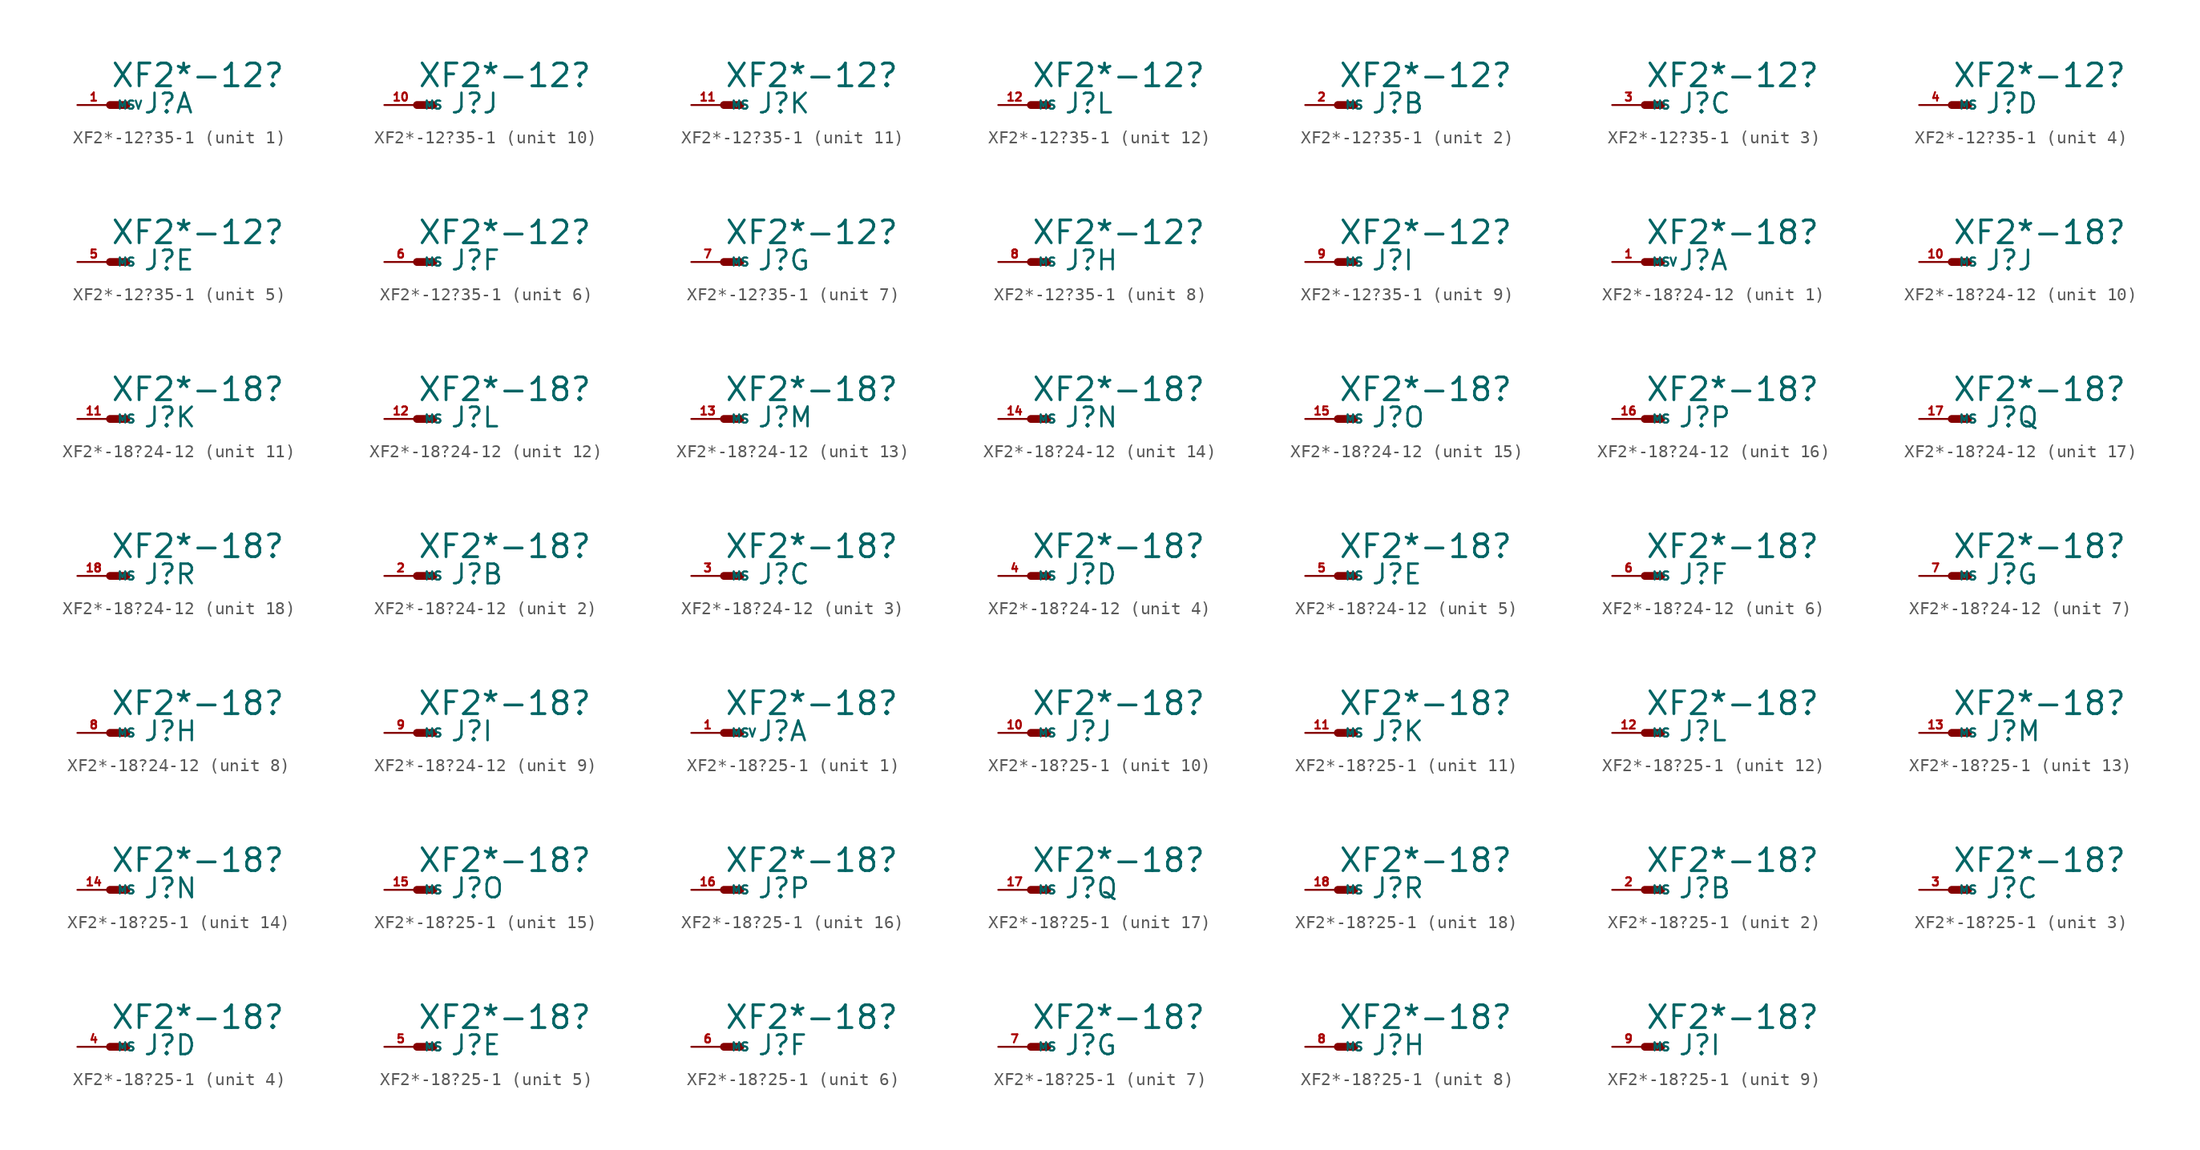
<source format=kicad_sym>
(kicad_symbol_lib
  (version 20220914)
  (generator Eagle2Kicad)
  (symbol "XF2*-12?35-1"
    (property "Reference" "J"
      (at 2.54 -0.762 0)
      (effects (font (size 1.524 1.524) (thickness 0.19)) (justify left bottom)))
    (property "Value" "XF2*-12?"
      (at 0 1.27 0)
      (effects (font (size 1.778 1.778) (thickness 0.22)) (justify left bottom)))
    (symbol "XF2*-12?35-1_1_0"
      (polyline (pts (xy 0 0) (xy 1.27 0)) (stroke (width 0.61) (type default)) (fill (type none)))
      (pin passive line (at -2.54 0 0) (length 2.54) (name "MSV" (effects (font (size 0.635 0.635) (thickness 0.08)) (justify left bottom))) (number "1" (effects (font (size 0.635 0.635) (thickness 0.08)) (justify left bottom)))))
    (symbol "XF2*-12?35-1_2_0"
      (polyline (pts (xy 0 0) (xy 1.27 0)) (stroke (width 0.61) (type default)) (fill (type none)))
      (pin passive line (at -2.54 0 0) (length 2.54) (name "MS" (effects (font (size 0.635 0.635) (thickness 0.08)) (justify left bottom))) (number "2" (effects (font (size 0.635 0.635) (thickness 0.08)) (justify left bottom)))))
    (symbol "XF2*-12?35-1_3_0"
      (polyline (pts (xy 0 0) (xy 1.27 0)) (stroke (width 0.61) (type default)) (fill (type none)))
      (pin passive line (at -2.54 0 0) (length 2.54) (name "MS" (effects (font (size 0.635 0.635) (thickness 0.08)) (justify left bottom))) (number "3" (effects (font (size 0.635 0.635) (thickness 0.08)) (justify left bottom)))))
    (symbol "XF2*-12?35-1_4_0"
      (polyline (pts (xy 0 0) (xy 1.27 0)) (stroke (width 0.61) (type default)) (fill (type none)))
      (pin passive line (at -2.54 0 0) (length 2.54) (name "MS" (effects (font (size 0.635 0.635) (thickness 0.08)) (justify left bottom))) (number "4" (effects (font (size 0.635 0.635) (thickness 0.08)) (justify left bottom)))))
    (symbol "XF2*-12?35-1_5_0"
      (polyline (pts (xy 0 0) (xy 1.27 0)) (stroke (width 0.61) (type default)) (fill (type none)))
      (pin passive line (at -2.54 0 0) (length 2.54) (name "MS" (effects (font (size 0.635 0.635) (thickness 0.08)) (justify left bottom))) (number "5" (effects (font (size 0.635 0.635) (thickness 0.08)) (justify left bottom)))))
    (symbol "XF2*-12?35-1_6_0"
      (polyline (pts (xy 0 0) (xy 1.27 0)) (stroke (width 0.61) (type default)) (fill (type none)))
      (pin passive line (at -2.54 0 0) (length 2.54) (name "MS" (effects (font (size 0.635 0.635) (thickness 0.08)) (justify left bottom))) (number "6" (effects (font (size 0.635 0.635) (thickness 0.08)) (justify left bottom)))))
    (symbol "XF2*-12?35-1_7_0"
      (polyline (pts (xy 0 0) (xy 1.27 0)) (stroke (width 0.61) (type default)) (fill (type none)))
      (pin passive line (at -2.54 0 0) (length 2.54) (name "MS" (effects (font (size 0.635 0.635) (thickness 0.08)) (justify left bottom))) (number "7" (effects (font (size 0.635 0.635) (thickness 0.08)) (justify left bottom)))))
    (symbol "XF2*-12?35-1_8_0"
      (polyline (pts (xy 0 0) (xy 1.27 0)) (stroke (width 0.61) (type default)) (fill (type none)))
      (pin passive line (at -2.54 0 0) (length 2.54) (name "MS" (effects (font (size 0.635 0.635) (thickness 0.08)) (justify left bottom))) (number "8" (effects (font (size 0.635 0.635) (thickness 0.08)) (justify left bottom)))))
    (symbol "XF2*-12?35-1_9_0"
      (polyline (pts (xy 0 0) (xy 1.27 0)) (stroke (width 0.61) (type default)) (fill (type none)))
      (pin passive line (at -2.54 0 0) (length 2.54) (name "MS" (effects (font (size 0.635 0.635) (thickness 0.08)) (justify left bottom))) (number "9" (effects (font (size 0.635 0.635) (thickness 0.08)) (justify left bottom)))))
    (symbol "XF2*-12?35-1_10_0"
      (polyline (pts (xy 0 0) (xy 1.27 0)) (stroke (width 0.61) (type default)) (fill (type none)))
      (pin passive line (at -2.54 0 0) (length 2.54) (name "MS" (effects (font (size 0.635 0.635) (thickness 0.08)) (justify left bottom))) (number "10" (effects (font (size 0.635 0.635) (thickness 0.08)) (justify left bottom)))))
    (symbol "XF2*-12?35-1_11_0"
      (polyline (pts (xy 0 0) (xy 1.27 0)) (stroke (width 0.61) (type default)) (fill (type none)))
      (pin passive line (at -2.54 0 0) (length 2.54) (name "MS" (effects (font (size 0.635 0.635) (thickness 0.08)) (justify left bottom))) (number "11" (effects (font (size 0.635 0.635) (thickness 0.08)) (justify left bottom)))))
    (symbol "XF2*-12?35-1_12_0"
      (polyline (pts (xy 0 0) (xy 1.27 0)) (stroke (width 0.61) (type default)) (fill (type none)))
      (pin passive line (at -2.54 0 0) (length 2.54) (name "MS" (effects (font (size 0.635 0.635) (thickness 0.08)) (justify left bottom))) (number "12" (effects (font (size 0.635 0.635) (thickness 0.08)) (justify left bottom))))))
  (symbol "XF2*-18?24-12"
    (property "Reference" "J"
      (at 2.54 -0.762 0)
      (effects (font (size 1.524 1.524) (thickness 0.19)) (justify left bottom)))
    (property "Value" "XF2*-18?"
      (at 0 1.27 0)
      (effects (font (size 1.778 1.778) (thickness 0.22)) (justify left bottom)))
    (symbol "XF2*-18?24-12_1_0"
      (polyline (pts (xy 0 0) (xy 1.27 0)) (stroke (width 0.61) (type default)) (fill (type none)))
      (pin passive line (at -2.54 0 0) (length 2.54) (name "MSV" (effects (font (size 0.635 0.635) (thickness 0.08)) (justify left bottom))) (number "1" (effects (font (size 0.635 0.635) (thickness 0.08)) (justify left bottom)))))
    (symbol "XF2*-18?24-12_2_0"
      (polyline (pts (xy 0 0) (xy 1.27 0)) (stroke (width 0.61) (type default)) (fill (type none)))
      (pin passive line (at -2.54 0 0) (length 2.54) (name "MS" (effects (font (size 0.635 0.635) (thickness 0.08)) (justify left bottom))) (number "2" (effects (font (size 0.635 0.635) (thickness 0.08)) (justify left bottom)))))
    (symbol "XF2*-18?24-12_3_0"
      (polyline (pts (xy 0 0) (xy 1.27 0)) (stroke (width 0.61) (type default)) (fill (type none)))
      (pin passive line (at -2.54 0 0) (length 2.54) (name "MS" (effects (font (size 0.635 0.635) (thickness 0.08)) (justify left bottom))) (number "3" (effects (font (size 0.635 0.635) (thickness 0.08)) (justify left bottom)))))
    (symbol "XF2*-18?24-12_4_0"
      (polyline (pts (xy 0 0) (xy 1.27 0)) (stroke (width 0.61) (type default)) (fill (type none)))
      (pin passive line (at -2.54 0 0) (length 2.54) (name "MS" (effects (font (size 0.635 0.635) (thickness 0.08)) (justify left bottom))) (number "4" (effects (font (size 0.635 0.635) (thickness 0.08)) (justify left bottom)))))
    (symbol "XF2*-18?24-12_5_0"
      (polyline (pts (xy 0 0) (xy 1.27 0)) (stroke (width 0.61) (type default)) (fill (type none)))
      (pin passive line (at -2.54 0 0) (length 2.54) (name "MS" (effects (font (size 0.635 0.635) (thickness 0.08)) (justify left bottom))) (number "5" (effects (font (size 0.635 0.635) (thickness 0.08)) (justify left bottom)))))
    (symbol "XF2*-18?24-12_6_0"
      (polyline (pts (xy 0 0) (xy 1.27 0)) (stroke (width 0.61) (type default)) (fill (type none)))
      (pin passive line (at -2.54 0 0) (length 2.54) (name "MS" (effects (font (size 0.635 0.635) (thickness 0.08)) (justify left bottom))) (number "6" (effects (font (size 0.635 0.635) (thickness 0.08)) (justify left bottom)))))
    (symbol "XF2*-18?24-12_7_0"
      (polyline (pts (xy 0 0) (xy 1.27 0)) (stroke (width 0.61) (type default)) (fill (type none)))
      (pin passive line (at -2.54 0 0) (length 2.54) (name "MS" (effects (font (size 0.635 0.635) (thickness 0.08)) (justify left bottom))) (number "7" (effects (font (size 0.635 0.635) (thickness 0.08)) (justify left bottom)))))
    (symbol "XF2*-18?24-12_8_0"
      (polyline (pts (xy 0 0) (xy 1.27 0)) (stroke (width 0.61) (type default)) (fill (type none)))
      (pin passive line (at -2.54 0 0) (length 2.54) (name "MS" (effects (font (size 0.635 0.635) (thickness 0.08)) (justify left bottom))) (number "8" (effects (font (size 0.635 0.635) (thickness 0.08)) (justify left bottom)))))
    (symbol "XF2*-18?24-12_9_0"
      (polyline (pts (xy 0 0) (xy 1.27 0)) (stroke (width 0.61) (type default)) (fill (type none)))
      (pin passive line (at -2.54 0 0) (length 2.54) (name "MS" (effects (font (size 0.635 0.635) (thickness 0.08)) (justify left bottom))) (number "9" (effects (font (size 0.635 0.635) (thickness 0.08)) (justify left bottom)))))
    (symbol "XF2*-18?24-12_10_0"
      (polyline (pts (xy 0 0) (xy 1.27 0)) (stroke (width 0.61) (type default)) (fill (type none)))
      (pin passive line (at -2.54 0 0) (length 2.54) (name "MS" (effects (font (size 0.635 0.635) (thickness 0.08)) (justify left bottom))) (number "10" (effects (font (size 0.635 0.635) (thickness 0.08)) (justify left bottom)))))
    (symbol "XF2*-18?24-12_11_0"
      (polyline (pts (xy 0 0) (xy 1.27 0)) (stroke (width 0.61) (type default)) (fill (type none)))
      (pin passive line (at -2.54 0 0) (length 2.54) (name "MS" (effects (font (size 0.635 0.635) (thickness 0.08)) (justify left bottom))) (number "11" (effects (font (size 0.635 0.635) (thickness 0.08)) (justify left bottom)))))
    (symbol "XF2*-18?24-12_12_0"
      (polyline (pts (xy 0 0) (xy 1.27 0)) (stroke (width 0.61) (type default)) (fill (type none)))
      (pin passive line (at -2.54 0 0) (length 2.54) (name "MS" (effects (font (size 0.635 0.635) (thickness 0.08)) (justify left bottom))) (number "12" (effects (font (size 0.635 0.635) (thickness 0.08)) (justify left bottom)))))
    (symbol "XF2*-18?24-12_13_0"
      (polyline (pts (xy 0 0) (xy 1.27 0)) (stroke (width 0.61) (type default)) (fill (type none)))
      (pin passive line (at -2.54 0 0) (length 2.54) (name "MS" (effects (font (size 0.635 0.635) (thickness 0.08)) (justify left bottom))) (number "13" (effects (font (size 0.635 0.635) (thickness 0.08)) (justify left bottom)))))
    (symbol "XF2*-18?24-12_14_0"
      (polyline (pts (xy 0 0) (xy 1.27 0)) (stroke (width 0.61) (type default)) (fill (type none)))
      (pin passive line (at -2.54 0 0) (length 2.54) (name "MS" (effects (font (size 0.635 0.635) (thickness 0.08)) (justify left bottom))) (number "14" (effects (font (size 0.635 0.635) (thickness 0.08)) (justify left bottom)))))
    (symbol "XF2*-18?24-12_15_0"
      (polyline (pts (xy 0 0) (xy 1.27 0)) (stroke (width 0.61) (type default)) (fill (type none)))
      (pin passive line (at -2.54 0 0) (length 2.54) (name "MS" (effects (font (size 0.635 0.635) (thickness 0.08)) (justify left bottom))) (number "15" (effects (font (size 0.635 0.635) (thickness 0.08)) (justify left bottom)))))
    (symbol "XF2*-18?24-12_16_0"
      (polyline (pts (xy 0 0) (xy 1.27 0)) (stroke (width 0.61) (type default)) (fill (type none)))
      (pin passive line (at -2.54 0 0) (length 2.54) (name "MS" (effects (font (size 0.635 0.635) (thickness 0.08)) (justify left bottom))) (number "16" (effects (font (size 0.635 0.635) (thickness 0.08)) (justify left bottom)))))
    (symbol "XF2*-18?24-12_17_0"
      (polyline (pts (xy 0 0) (xy 1.27 0)) (stroke (width 0.61) (type default)) (fill (type none)))
      (pin passive line (at -2.54 0 0) (length 2.54) (name "MS" (effects (font (size 0.635 0.635) (thickness 0.08)) (justify left bottom))) (number "17" (effects (font (size 0.635 0.635) (thickness 0.08)) (justify left bottom)))))
    (symbol "XF2*-18?24-12_18_0"
      (polyline (pts (xy 0 0) (xy 1.27 0)) (stroke (width 0.61) (type default)) (fill (type none)))
      (pin passive line (at -2.54 0 0) (length 2.54) (name "MS" (effects (font (size 0.635 0.635) (thickness 0.08)) (justify left bottom))) (number "18" (effects (font (size 0.635 0.635) (thickness 0.08)) (justify left bottom))))))
  (symbol "XF2*-18?25-1"
    (property "Reference" "J"
      (at 2.54 -0.762 0)
      (effects (font (size 1.524 1.524) (thickness 0.19)) (justify left bottom)))
    (property "Value" "XF2*-18?"
      (at 0 1.27 0)
      (effects (font (size 1.778 1.778) (thickness 0.22)) (justify left bottom)))
    (symbol "XF2*-18?25-1_1_0"
      (polyline (pts (xy 0 0) (xy 1.27 0)) (stroke (width 0.61) (type default)) (fill (type none)))
      (pin passive line (at -2.54 0 0) (length 2.54) (name "MSV" (effects (font (size 0.635 0.635) (thickness 0.08)) (justify left bottom))) (number "1" (effects (font (size 0.635 0.635) (thickness 0.08)) (justify left bottom)))))
    (symbol "XF2*-18?25-1_2_0"
      (polyline (pts (xy 0 0) (xy 1.27 0)) (stroke (width 0.61) (type default)) (fill (type none)))
      (pin passive line (at -2.54 0 0) (length 2.54) (name "MS" (effects (font (size 0.635 0.635) (thickness 0.08)) (justify left bottom))) (number "2" (effects (font (size 0.635 0.635) (thickness 0.08)) (justify left bottom)))))
    (symbol "XF2*-18?25-1_3_0"
      (polyline (pts (xy 0 0) (xy 1.27 0)) (stroke (width 0.61) (type default)) (fill (type none)))
      (pin passive line (at -2.54 0 0) (length 2.54) (name "MS" (effects (font (size 0.635 0.635) (thickness 0.08)) (justify left bottom))) (number "3" (effects (font (size 0.635 0.635) (thickness 0.08)) (justify left bottom)))))
    (symbol "XF2*-18?25-1_4_0"
      (polyline (pts (xy 0 0) (xy 1.27 0)) (stroke (width 0.61) (type default)) (fill (type none)))
      (pin passive line (at -2.54 0 0) (length 2.54) (name "MS" (effects (font (size 0.635 0.635) (thickness 0.08)) (justify left bottom))) (number "4" (effects (font (size 0.635 0.635) (thickness 0.08)) (justify left bottom)))))
    (symbol "XF2*-18?25-1_5_0"
      (polyline (pts (xy 0 0) (xy 1.27 0)) (stroke (width 0.61) (type default)) (fill (type none)))
      (pin passive line (at -2.54 0 0) (length 2.54) (name "MS" (effects (font (size 0.635 0.635) (thickness 0.08)) (justify left bottom))) (number "5" (effects (font (size 0.635 0.635) (thickness 0.08)) (justify left bottom)))))
    (symbol "XF2*-18?25-1_6_0"
      (polyline (pts (xy 0 0) (xy 1.27 0)) (stroke (width 0.61) (type default)) (fill (type none)))
      (pin passive line (at -2.54 0 0) (length 2.54) (name "MS" (effects (font (size 0.635 0.635) (thickness 0.08)) (justify left bottom))) (number "6" (effects (font (size 0.635 0.635) (thickness 0.08)) (justify left bottom)))))
    (symbol "XF2*-18?25-1_7_0"
      (polyline (pts (xy 0 0) (xy 1.27 0)) (stroke (width 0.61) (type default)) (fill (type none)))
      (pin passive line (at -2.54 0 0) (length 2.54) (name "MS" (effects (font (size 0.635 0.635) (thickness 0.08)) (justify left bottom))) (number "7" (effects (font (size 0.635 0.635) (thickness 0.08)) (justify left bottom)))))
    (symbol "XF2*-18?25-1_8_0"
      (polyline (pts (xy 0 0) (xy 1.27 0)) (stroke (width 0.61) (type default)) (fill (type none)))
      (pin passive line (at -2.54 0 0) (length 2.54) (name "MS" (effects (font (size 0.635 0.635) (thickness 0.08)) (justify left bottom))) (number "8" (effects (font (size 0.635 0.635) (thickness 0.08)) (justify left bottom)))))
    (symbol "XF2*-18?25-1_9_0"
      (polyline (pts (xy 0 0) (xy 1.27 0)) (stroke (width 0.61) (type default)) (fill (type none)))
      (pin passive line (at -2.54 0 0) (length 2.54) (name "MS" (effects (font (size 0.635 0.635) (thickness 0.08)) (justify left bottom))) (number "9" (effects (font (size 0.635 0.635) (thickness 0.08)) (justify left bottom)))))
    (symbol "XF2*-18?25-1_10_0"
      (polyline (pts (xy 0 0) (xy 1.27 0)) (stroke (width 0.61) (type default)) (fill (type none)))
      (pin passive line (at -2.54 0 0) (length 2.54) (name "MS" (effects (font (size 0.635 0.635) (thickness 0.08)) (justify left bottom))) (number "10" (effects (font (size 0.635 0.635) (thickness 0.08)) (justify left bottom)))))
    (symbol "XF2*-18?25-1_11_0"
      (polyline (pts (xy 0 0) (xy 1.27 0)) (stroke (width 0.61) (type default)) (fill (type none)))
      (pin passive line (at -2.54 0 0) (length 2.54) (name "MS" (effects (font (size 0.635 0.635) (thickness 0.08)) (justify left bottom))) (number "11" (effects (font (size 0.635 0.635) (thickness 0.08)) (justify left bottom)))))
    (symbol "XF2*-18?25-1_12_0"
      (polyline (pts (xy 0 0) (xy 1.27 0)) (stroke (width 0.61) (type default)) (fill (type none)))
      (pin passive line (at -2.54 0 0) (length 2.54) (name "MS" (effects (font (size 0.635 0.635) (thickness 0.08)) (justify left bottom))) (number "12" (effects (font (size 0.635 0.635) (thickness 0.08)) (justify left bottom)))))
    (symbol "XF2*-18?25-1_13_0"
      (polyline (pts (xy 0 0) (xy 1.27 0)) (stroke (width 0.61) (type default)) (fill (type none)))
      (pin passive line (at -2.54 0 0) (length 2.54) (name "MS" (effects (font (size 0.635 0.635) (thickness 0.08)) (justify left bottom))) (number "13" (effects (font (size 0.635 0.635) (thickness 0.08)) (justify left bottom)))))
    (symbol "XF2*-18?25-1_14_0"
      (polyline (pts (xy 0 0) (xy 1.27 0)) (stroke (width 0.61) (type default)) (fill (type none)))
      (pin passive line (at -2.54 0 0) (length 2.54) (name "MS" (effects (font (size 0.635 0.635) (thickness 0.08)) (justify left bottom))) (number "14" (effects (font (size 0.635 0.635) (thickness 0.08)) (justify left bottom)))))
    (symbol "XF2*-18?25-1_15_0"
      (polyline (pts (xy 0 0) (xy 1.27 0)) (stroke (width 0.61) (type default)) (fill (type none)))
      (pin passive line (at -2.54 0 0) (length 2.54) (name "MS" (effects (font (size 0.635 0.635) (thickness 0.08)) (justify left bottom))) (number "15" (effects (font (size 0.635 0.635) (thickness 0.08)) (justify left bottom)))))
    (symbol "XF2*-18?25-1_16_0"
      (polyline (pts (xy 0 0) (xy 1.27 0)) (stroke (width 0.61) (type default)) (fill (type none)))
      (pin passive line (at -2.54 0 0) (length 2.54) (name "MS" (effects (font (size 0.635 0.635) (thickness 0.08)) (justify left bottom))) (number "16" (effects (font (size 0.635 0.635) (thickness 0.08)) (justify left bottom)))))
    (symbol "XF2*-18?25-1_17_0"
      (polyline (pts (xy 0 0) (xy 1.27 0)) (stroke (width 0.61) (type default)) (fill (type none)))
      (pin passive line (at -2.54 0 0) (length 2.54) (name "MS" (effects (font (size 0.635 0.635) (thickness 0.08)) (justify left bottom))) (number "17" (effects (font (size 0.635 0.635) (thickness 0.08)) (justify left bottom)))))
    (symbol "XF2*-18?25-1_18_0"
      (polyline (pts (xy 0 0) (xy 1.27 0)) (stroke (width 0.61) (type default)) (fill (type none)))
      (pin passive line (at -2.54 0 0) (length 2.54) (name "MS" (effects (font (size 0.635 0.635) (thickness 0.08)) (justify left bottom))) (number "18" (effects (font (size 0.635 0.635) (thickness 0.08)) (justify left bottom)))))))
</source>
